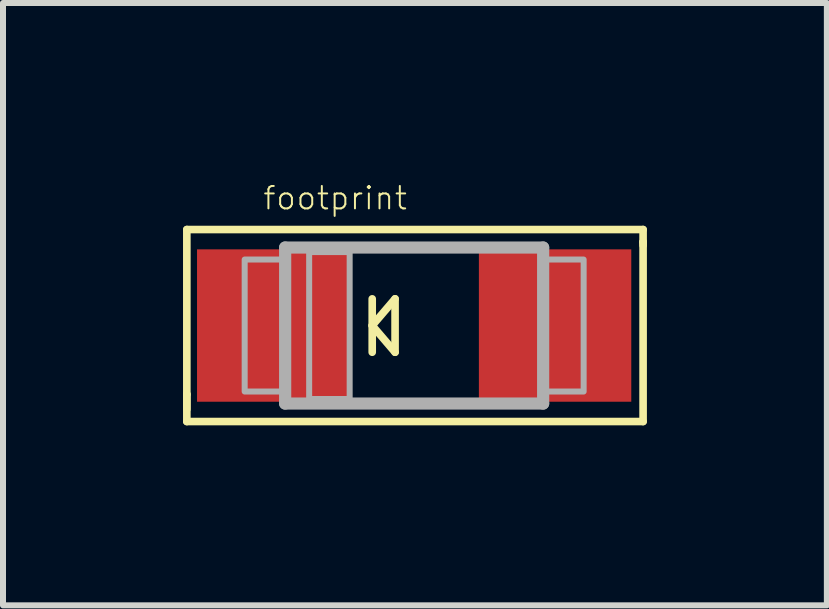
<source format=kicad_pcb>
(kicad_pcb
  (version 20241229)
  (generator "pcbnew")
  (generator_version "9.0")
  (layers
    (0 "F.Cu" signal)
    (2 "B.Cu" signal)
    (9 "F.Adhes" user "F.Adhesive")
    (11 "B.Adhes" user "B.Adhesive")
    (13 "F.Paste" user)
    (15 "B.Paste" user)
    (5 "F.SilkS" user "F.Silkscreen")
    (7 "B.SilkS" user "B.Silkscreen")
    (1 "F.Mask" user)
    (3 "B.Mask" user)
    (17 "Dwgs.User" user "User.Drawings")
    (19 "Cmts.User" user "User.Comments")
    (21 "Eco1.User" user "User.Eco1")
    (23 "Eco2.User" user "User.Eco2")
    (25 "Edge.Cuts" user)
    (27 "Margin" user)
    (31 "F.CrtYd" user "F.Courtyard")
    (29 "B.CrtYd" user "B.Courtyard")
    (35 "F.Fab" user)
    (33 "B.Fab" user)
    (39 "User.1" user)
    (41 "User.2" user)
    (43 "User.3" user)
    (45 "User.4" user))
  (footprint "footprint"
    (layer "F.Cu")
    (at 3.853 2.376)
    (property "Reference" "footprint" (at -2.54 -1.905 0) (layer "F.SilkS") (effects (font (size 0.374 0.374) (thickness 0.033)) (justify left bottom)))
    (fp_line (start -3.789 -1.6) (end 3.816 -1.6) (stroke (width 0.127) (type solid)) (layer "F.SilkS"))
    (fp_line (start -3.789 1.146) (end -3.789 -1.6) (stroke (width 0.127) (type solid)) (layer "F.SilkS"))
    (fp_line (start -3.789 1.394) (end -3.789 1.146) (stroke (width 0.127) (type solid)) (layer "F.SilkS"))
    (fp_line (start -3.789 1.6) (end -3.789 1.146) (stroke (width 0.127) (type solid)) (layer "F.SilkS"))
    (fp_line (start -0.699 0) (end -0.318 0.445) (stroke (width 0.127) (type solid)) (layer "F.SilkS"))
    (fp_line (start -0.699 0.445) (end -0.699 -0.445) (stroke (width 0.127) (type solid)) (layer "F.SilkS"))
    (fp_line (start -0.318 -0.445) (end -0.699 0) (stroke (width 0.127) (type solid)) (layer "F.SilkS"))
    (fp_line (start -0.318 0.445) (end -0.318 -0.445) (stroke (width 0.127) (type solid)) (layer "F.SilkS"))
    (fp_line (start 3.816 -1.6) (end 3.816 -1.394) (stroke (width 0.127) (type solid)) (layer "F.SilkS"))
    (fp_line (start 3.816 -1.394) (end 3.816 -1.337) (stroke (width 0.127) (type solid)) (layer "F.SilkS"))
    (fp_line (start 3.816 -1.394) (end 3.816 1.6) (stroke (width 0.127) (type solid)) (layer "F.SilkS"))
    (fp_line (start 3.816 1.6) (end -3.789 1.6) (stroke (width 0.127) (type solid)) (layer "F.SilkS"))
    (fp_line (start -2.15 -1.3) (end 2.15 -1.3) (stroke (width 0.203) (type solid)) (layer "F.Fab"))
    (fp_line (start -2.15 1.3) (end -2.15 -1.3) (stroke (width 0.203) (type solid)) (layer "F.Fab"))
    (fp_line (start 2.15 -1.3) (end 2.15 1.3) (stroke (width 0.203) (type solid)) (layer "F.Fab"))
    (fp_line (start 2.15 1.3) (end -2.15 1.3) (stroke (width 0.203) (type solid)) (layer "F.Fab"))
    (fp_poly (pts (xy -2.825 1.1) (xy -2.175 1.1) (xy -2.175 -1.1) (xy -2.825 -1.1)) (stroke (width 0.1) (type solid)) (fill no) (layer "F.Fab"))
    (fp_poly (pts (xy -1.75 1.225) (xy -1.075 1.225) (xy -1.075 -1.225) (xy -1.75 -1.225)) (stroke (width 0.1) (type solid)) (fill no) (layer "F.Fab"))
    (fp_poly (pts (xy 2.825 -1.1) (xy 2.175 -1.1) (xy 2.175 1.1) (xy 2.825 1.1)) (stroke (width 0.1) (type solid)) (fill no) (layer "F.Fab"))
    (pad "A" smd rect (at 2.349 0 180) (size 2.54 2.54) (layers "F.Cu" "F.Mask" "F.Paste"))
    (pad "C" smd rect (at -2.349 0) (size 2.54 2.54) (layers "F.Cu" "F.Mask" "F.Paste")))
  (gr_rect
    (start -3 -3)
    (end 10.732 7.04)
    (stroke (width 0.1) (type default))
    (fill no)
    (layer "Edge.Cuts")))
</source>
